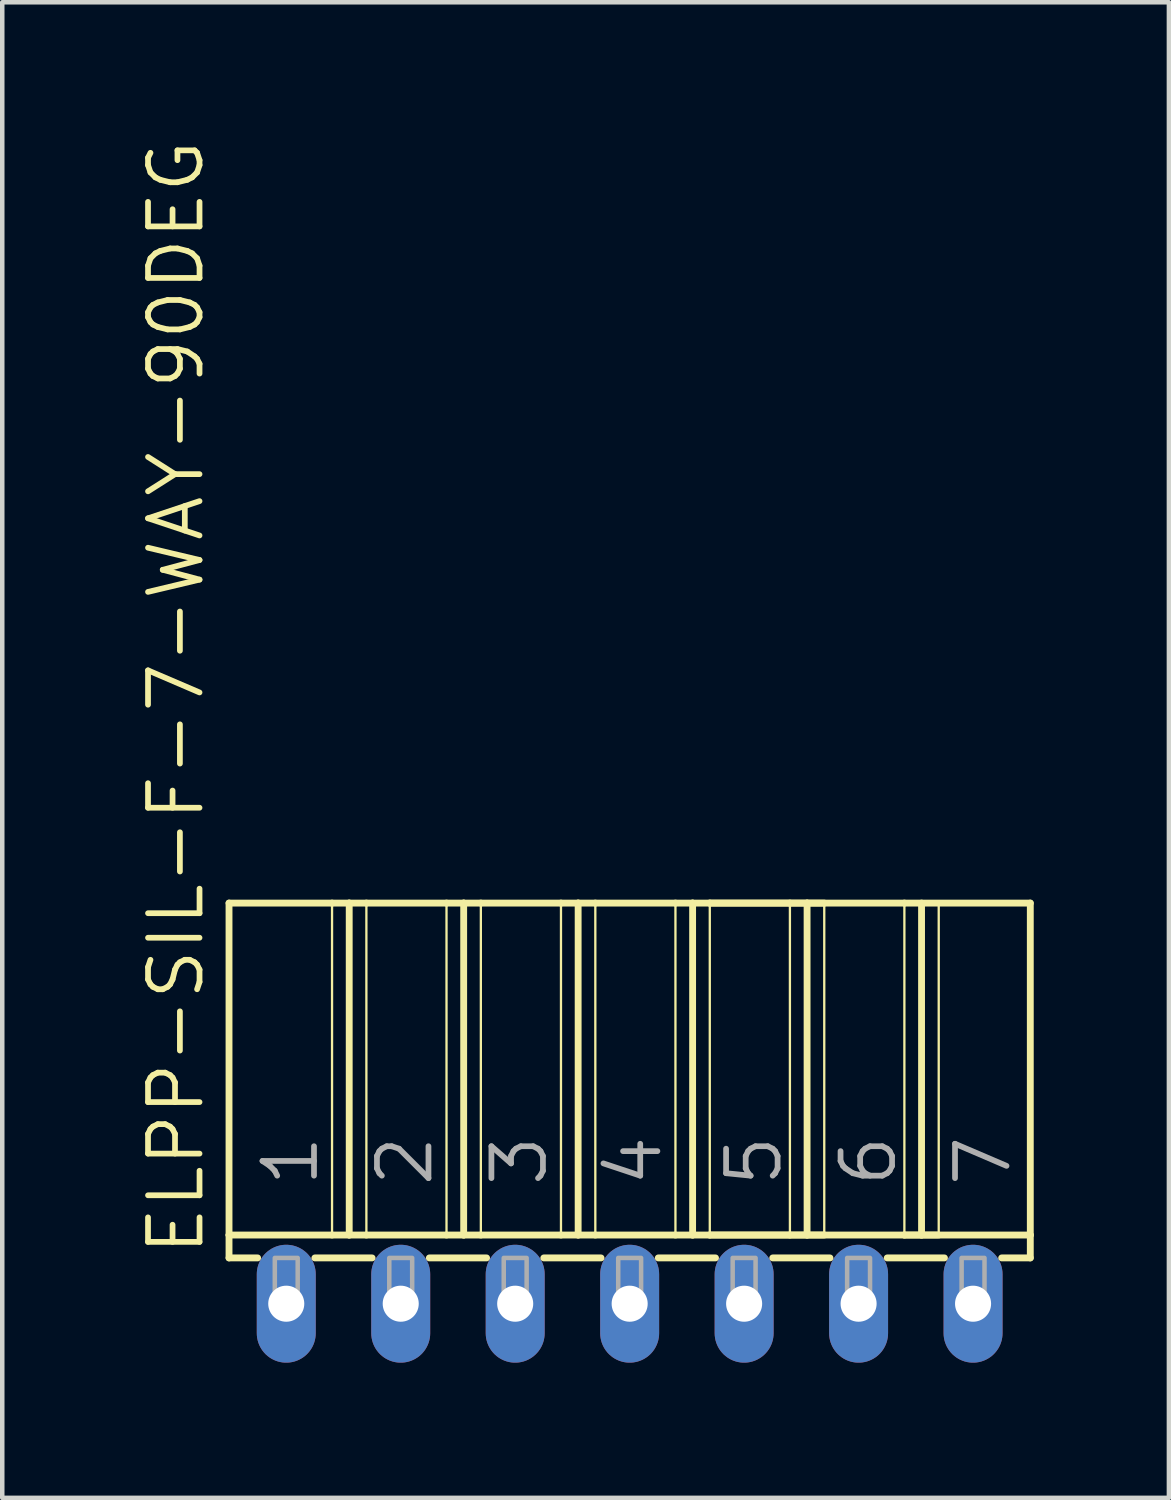
<source format=kicad_pcb>
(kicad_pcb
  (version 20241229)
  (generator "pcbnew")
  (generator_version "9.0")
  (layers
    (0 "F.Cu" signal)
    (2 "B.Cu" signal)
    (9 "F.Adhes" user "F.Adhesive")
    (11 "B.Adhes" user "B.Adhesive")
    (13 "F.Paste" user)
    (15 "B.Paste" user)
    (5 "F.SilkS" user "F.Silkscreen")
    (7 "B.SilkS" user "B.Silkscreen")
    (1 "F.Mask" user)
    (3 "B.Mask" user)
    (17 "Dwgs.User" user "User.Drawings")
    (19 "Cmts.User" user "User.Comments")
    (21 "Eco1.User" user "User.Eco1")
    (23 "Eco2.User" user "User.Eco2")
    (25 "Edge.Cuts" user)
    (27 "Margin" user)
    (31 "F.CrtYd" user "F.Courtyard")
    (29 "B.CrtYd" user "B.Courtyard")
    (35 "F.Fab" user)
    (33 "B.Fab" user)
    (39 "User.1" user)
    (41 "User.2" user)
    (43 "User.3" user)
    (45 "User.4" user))
  (footprint "ELPP-SIL-F-7-WAY-90DEG"
    (layer "F.Cu")
    (at 10.922 25.879)
    (property "Reference" "ELPP-SIL-F-7-WAY-90DEG" (at -9.398 -1.016 90) (unlocked yes) (layer "F.SilkS") (effects (font (size 1.143 1.143) (thickness 0.127)) (justify left bottom)))
    (fp_line (start -8.89 -8.89) (end -6.604 -8.89) (stroke (width 0.152) (type solid)) (layer "F.SilkS"))
    (fp_line (start -8.89 -1.524) (end -8.89 -8.89) (stroke (width 0.152) (type solid)) (layer "F.SilkS"))
    (fp_line (start -8.89 -1.524) (end -6.604 -1.524) (stroke (width 0.152) (type solid)) (layer "F.SilkS"))
    (fp_line (start -8.89 -1.016) (end -8.89 -1.524) (stroke (width 0.152) (type solid)) (layer "F.SilkS"))
    (fp_line (start -8.89 -1.016) (end -8.255 -1.016) (stroke (width 0.152) (type solid)) (layer "F.SilkS"))
    (fp_line (start -6.985 -1.016) (end -5.715 -1.016) (stroke (width 0.152) (type solid)) (layer "F.SilkS"))
    (fp_line (start -6.604 -8.89) (end -6.604 -1.524) (stroke (width 0.051) (type solid)) (layer "F.SilkS"))
    (fp_line (start -6.604 -8.89) (end -6.223 -8.89) (stroke (width 0.152) (type solid)) (layer "F.SilkS"))
    (fp_line (start -6.604 -1.524) (end -6.223 -1.524) (stroke (width 0.152) (type solid)) (layer "F.SilkS"))
    (fp_line (start -6.223 -8.89) (end -6.223 -1.524) (stroke (width 0.152) (type solid)) (layer "F.SilkS"))
    (fp_line (start -6.223 -8.89) (end -5.842 -8.89) (stroke (width 0.152) (type solid)) (layer "F.SilkS"))
    (fp_line (start -6.223 -1.524) (end -5.842 -1.524) (stroke (width 0.152) (type solid)) (layer "F.SilkS"))
    (fp_line (start -5.842 -8.89) (end -5.842 -1.524) (stroke (width 0.051) (type solid)) (layer "F.SilkS"))
    (fp_line (start -5.842 -8.89) (end -4.064 -8.89) (stroke (width 0.152) (type solid)) (layer "F.SilkS"))
    (fp_line (start -5.842 -1.524) (end -4.064 -1.524) (stroke (width 0.152) (type solid)) (layer "F.SilkS"))
    (fp_line (start -4.445 -1.016) (end -3.175 -1.016) (stroke (width 0.152) (type solid)) (layer "F.SilkS"))
    (fp_line (start -4.064 -8.89) (end -4.064 -1.524) (stroke (width 0.051) (type solid)) (layer "F.SilkS"))
    (fp_line (start -4.064 -8.89) (end -3.683 -8.89) (stroke (width 0.152) (type solid)) (layer "F.SilkS"))
    (fp_line (start -4.064 -1.524) (end -3.683 -1.524) (stroke (width 0.152) (type solid)) (layer "F.SilkS"))
    (fp_line (start -3.683 -8.89) (end -3.683 -1.524) (stroke (width 0.152) (type solid)) (layer "F.SilkS"))
    (fp_line (start -3.683 -8.89) (end -3.302 -8.89) (stroke (width 0.152) (type solid)) (layer "F.SilkS"))
    (fp_line (start -3.683 -1.524) (end -3.302 -1.524) (stroke (width 0.152) (type solid)) (layer "F.SilkS"))
    (fp_line (start -3.302 -8.89) (end -3.302 -1.524) (stroke (width 0.051) (type solid)) (layer "F.SilkS"))
    (fp_line (start -3.302 -8.89) (end -1.524 -8.89) (stroke (width 0.152) (type solid)) (layer "F.SilkS"))
    (fp_line (start -3.302 -1.524) (end -1.524 -1.524) (stroke (width 0.152) (type solid)) (layer "F.SilkS"))
    (fp_line (start -1.905 -1.016) (end -0.635 -1.016) (stroke (width 0.152) (type solid)) (layer "F.SilkS"))
    (fp_line (start -1.524 -8.89) (end -1.524 -1.524) (stroke (width 0.051) (type solid)) (layer "F.SilkS"))
    (fp_line (start -1.524 -8.89) (end -1.143 -8.89) (stroke (width 0.152) (type solid)) (layer "F.SilkS"))
    (fp_line (start -1.524 -1.524) (end -1.143 -1.524) (stroke (width 0.152) (type solid)) (layer "F.SilkS"))
    (fp_line (start -1.143 -8.89) (end -1.143 -1.524) (stroke (width 0.152) (type solid)) (layer "F.SilkS"))
    (fp_line (start -1.143 -8.89) (end -0.762 -8.89) (stroke (width 0.152) (type solid)) (layer "F.SilkS"))
    (fp_line (start -1.143 -1.524) (end -0.762 -1.524) (stroke (width 0.152) (type solid)) (layer "F.SilkS"))
    (fp_line (start -0.762 -8.89) (end -0.762 -1.524) (stroke (width 0.051) (type solid)) (layer "F.SilkS"))
    (fp_line (start -0.762 -8.89) (end 1.016 -8.89) (stroke (width 0.152) (type solid)) (layer "F.SilkS"))
    (fp_line (start -0.762 -1.524) (end 1.016 -1.524) (stroke (width 0.152) (type solid)) (layer "F.SilkS"))
    (fp_line (start 0.635 -1.016) (end 1.905 -1.016) (stroke (width 0.152) (type solid)) (layer "F.SilkS"))
    (fp_line (start 1.016 -8.89) (end 1.016 -1.524) (stroke (width 0.051) (type solid)) (layer "F.SilkS"))
    (fp_line (start 1.016 -8.89) (end 1.397 -8.89) (stroke (width 0.152) (type solid)) (layer "F.SilkS"))
    (fp_line (start 1.016 -1.524) (end 1.397 -1.524) (stroke (width 0.152) (type solid)) (layer "F.SilkS"))
    (fp_line (start 1.397 -8.89) (end 1.397 -1.524) (stroke (width 0.152) (type solid)) (layer "F.SilkS"))
    (fp_line (start 1.397 -8.89) (end 1.778 -8.89) (stroke (width 0.152) (type solid)) (layer "F.SilkS"))
    (fp_line (start 1.397 -1.524) (end 1.778 -1.524) (stroke (width 0.152) (type solid)) (layer "F.SilkS"))
    (fp_line (start 1.778 -8.89) (end 1.778 -1.524) (stroke (width 0.051) (type solid)) (layer "F.SilkS"))
    (fp_line (start 1.778 -8.89) (end 3.556 -8.89) (stroke (width 0.152) (type solid)) (layer "F.SilkS"))
    (fp_line (start 1.778 -8.89) (end 6.096 -8.89) (stroke (width 0.152) (type solid)) (layer "F.SilkS"))
    (fp_line (start 1.778 -1.524) (end 3.556 -1.524) (stroke (width 0.152) (type solid)) (layer "F.SilkS"))
    (fp_line (start 1.778 -1.524) (end 6.096 -1.524) (stroke (width 0.152) (type solid)) (layer "F.SilkS"))
    (fp_line (start 3.175 -1.016) (end 4.445 -1.016) (stroke (width 0.152) (type solid)) (layer "F.SilkS"))
    (fp_line (start 3.556 -8.89) (end 3.556 -1.524) (stroke (width 0.051) (type solid)) (layer "F.SilkS"))
    (fp_line (start 3.556 -8.89) (end 3.937 -8.89) (stroke (width 0.152) (type solid)) (layer "F.SilkS"))
    (fp_line (start 3.556 -1.524) (end 3.937 -1.524) (stroke (width 0.152) (type solid)) (layer "F.SilkS"))
    (fp_line (start 3.937 -8.89) (end 3.937 -1.524) (stroke (width 0.152) (type solid)) (layer "F.SilkS"))
    (fp_line (start 3.937 -8.89) (end 4.318 -8.89) (stroke (width 0.152) (type solid)) (layer "F.SilkS"))
    (fp_line (start 3.937 -1.524) (end 4.318 -1.524) (stroke (width 0.152) (type solid)) (layer "F.SilkS"))
    (fp_line (start 4.318 -8.89) (end 4.318 -1.524) (stroke (width 0.051) (type solid)) (layer "F.SilkS"))
    (fp_line (start 5.715 -1.016) (end 6.985 -1.016) (stroke (width 0.152) (type solid)) (layer "F.SilkS"))
    (fp_line (start 6.096 -8.89) (end 6.096 -1.524) (stroke (width 0.051) (type solid)) (layer "F.SilkS"))
    (fp_line (start 6.096 -8.89) (end 8.89 -8.89) (stroke (width 0.152) (type solid)) (layer "F.SilkS"))
    (fp_line (start 6.096 -1.524) (end 6.477 -1.524) (stroke (width 0.152) (type solid)) (layer "F.SilkS"))
    (fp_line (start 6.096 -1.524) (end 8.89 -1.524) (stroke (width 0.152) (type solid)) (layer "F.SilkS"))
    (fp_line (start 6.477 -8.89) (end 6.477 -1.524) (stroke (width 0.152) (type solid)) (layer "F.SilkS"))
    (fp_line (start 6.477 -1.524) (end 6.858 -1.524) (stroke (width 0.152) (type solid)) (layer "F.SilkS"))
    (fp_line (start 6.858 -8.89) (end 6.858 -1.524) (stroke (width 0.051) (type solid)) (layer "F.SilkS"))
    (fp_line (start 8.89 -8.89) (end 8.89 -1.524) (stroke (width 0.152) (type solid)) (layer "F.SilkS"))
    (fp_line (start 8.89 -1.524) (end 8.89 -1.016) (stroke (width 0.152) (type solid)) (layer "F.SilkS"))
    (fp_line (start 8.89 -1.016) (end 8.255 -1.016) (stroke (width 0.152) (type solid)) (layer "F.SilkS"))
    (fp_poly (pts (xy -7.874 0) (xy -7.366 0) (xy -7.366 -1.016) (xy -7.874 -1.016)) (stroke (width 0.1) (type default)) (fill no) (layer "F.Fab"))
    (fp_poly (pts (xy -5.334 0) (xy -4.826 0) (xy -4.826 -1.016) (xy -5.334 -1.016)) (stroke (width 0.1) (type default)) (fill no) (layer "F.Fab"))
    (fp_poly (pts (xy -2.794 0) (xy -2.286 0) (xy -2.286 -1.016) (xy -2.794 -1.016)) (stroke (width 0.1) (type default)) (fill no) (layer "F.Fab"))
    (fp_poly (pts (xy -0.254 0) (xy 0.254 0) (xy 0.254 -1.016) (xy -0.254 -1.016)) (stroke (width 0.1) (type default)) (fill no) (layer "F.Fab"))
    (fp_poly (pts (xy 2.286 0) (xy 2.794 0) (xy 2.794 -1.016) (xy 2.286 -1.016)) (stroke (width 0.1) (type default)) (fill no) (layer "F.Fab"))
    (fp_poly (pts (xy 4.826 0) (xy 5.334 0) (xy 5.334 -1.016) (xy 4.826 -1.016)) (stroke (width 0.1) (type default)) (fill no) (layer "F.Fab"))
    (fp_poly (pts (xy 7.366 0) (xy 7.874 0) (xy 7.874 -1.016) (xy 7.366 -1.016)) (stroke (width 0.1) (type default)) (fill no) (layer "F.Fab"))
    (fp_text user "1" (at -6.858 -2.54 90) (layer "F.Fab") (effects (font (size 1.143 1.143) (thickness 0.127)) (justify left bottom)))
    (fp_text user "5" (at 3.429 -2.54 90) (layer "F.Fab") (effects (font (size 1.143 1.143) (thickness 0.127)) (justify left bottom)))
    (fp_text user "4" (at 0.762 -2.54 90) (layer "F.Fab") (effects (font (size 1.143 1.143) (thickness 0.127)) (justify left bottom)))
    (fp_text user "7" (at 8.509 -2.54 90) (layer "F.Fab") (effects (font (size 1.143 1.143) (thickness 0.127)) (justify left bottom)))
    (fp_text user "2" (at -4.318 -2.54 90) (layer "F.Fab") (effects (font (size 1.143 1.143) (thickness 0.127)) (justify left bottom)))
    (fp_text user "3" (at -1.778 -2.54 90) (layer "F.Fab") (effects (font (size 1.143 1.143) (thickness 0.127)) (justify left bottom)))
    (fp_text user "6" (at 5.969 -2.54 90) (layer "F.Fab") (effects (font (size 1.143 1.143) (thickness 0.127)) (justify left bottom)))
    (pad "1" thru_hole oval (at -7.62 0 90) (size 2.616 1.308) (drill 0.8) (layers "*.Cu" "*.Mask"))
    (pad "2" thru_hole oval (at -5.08 0 90) (size 2.616 1.308) (drill 0.8) (layers "*.Cu" "*.Mask"))
    (pad "3" thru_hole oval (at -2.54 0 90) (size 2.616 1.308) (drill 0.8) (layers "*.Cu" "*.Mask"))
    (pad "4" thru_hole oval (at 0 0 90) (size 2.616 1.308) (drill 0.8) (layers "*.Cu" "*.Mask"))
    (pad "5" thru_hole oval (at 2.54 0 90) (size 2.616 1.308) (drill 0.8) (layers "*.Cu" "*.Mask"))
    (pad "6" thru_hole oval (at 5.08 0 90) (size 2.616 1.308) (drill 0.8) (layers "*.Cu" "*.Mask"))
    (pad "7" thru_hole oval (at 7.62 0 90) (size 2.616 1.308) (drill 0.8) (layers "*.Cu" "*.Mask")))
  (gr_rect
    (start -3 -3)
    (end 22.888 30.187)
    (stroke (width 0.1) (type default))
    (fill no)
    (layer "Edge.Cuts")))
</source>
